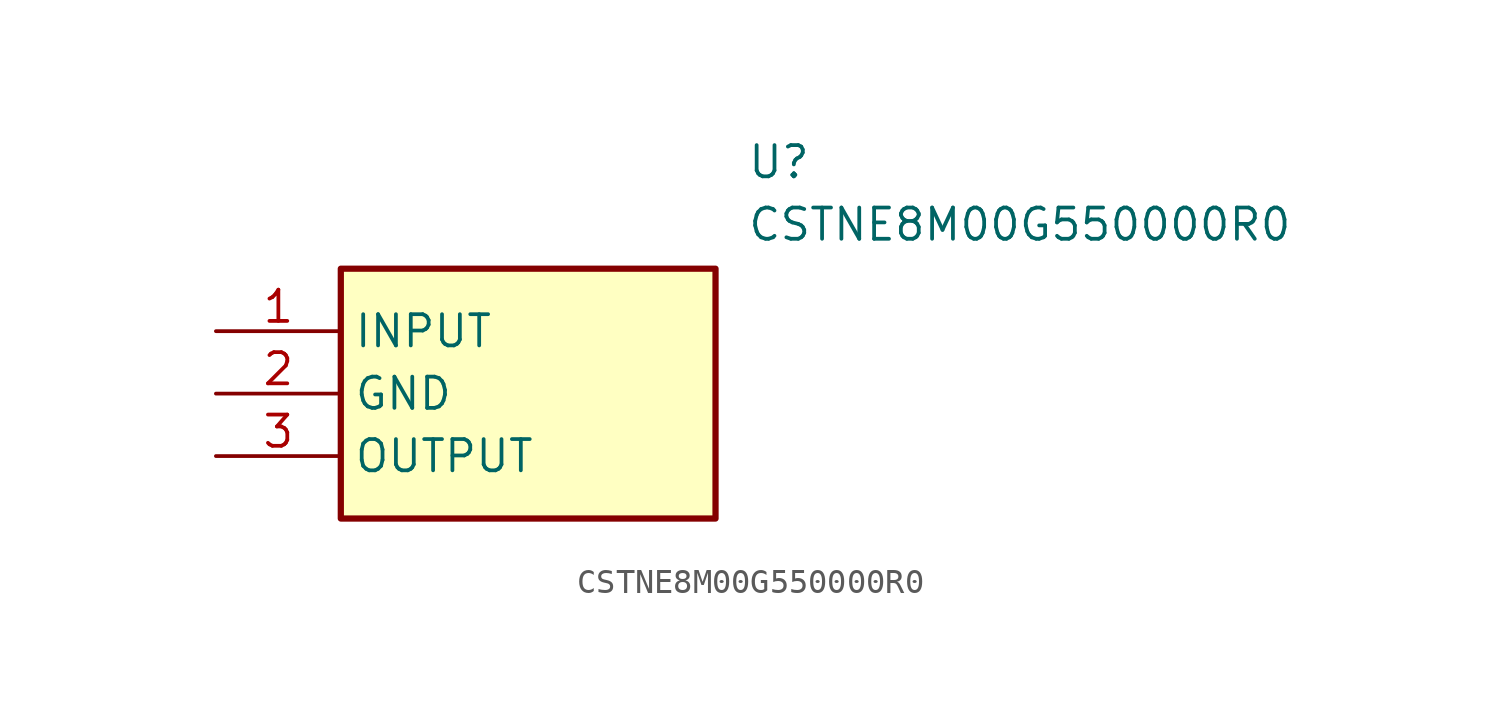
<source format=kicad_sym>
(kicad_symbol_lib
  (version 20211014)
  (generator SamacSys_ECAD_Model)
  (symbol "CSTNE8M00G550000R0"
    (property "Reference" "U"
      (at 21.59 7.62 0)
      (effects (font (size 1.27 1.27)) (justify left top)))
    (property "Value" "CSTNE8M00G550000R0"
      (at 21.59 5.08 0)
      (effects (font (size 1.27 1.27)) (justify left top)))
    (rectangle
      (start 5.08 2.54)
      (end 20.32 -7.62)
      (stroke (width 0.254) (type default))
      (fill (type background)))
    (pin passive line
      (at 0 0 0)
      (length 5.08)
      (name "INPUT" (effects (font (size 1.27 1.27))))
      (number "1" (effects (font (size 1.27 1.27)))))
    (pin passive line
      (at 0 -2.54 0)
      (length 5.08)
      (name "GND" (effects (font (size 1.27 1.27))))
      (number "2" (effects (font (size 1.27 1.27)))))
    (pin passive line
      (at 0 -5.08 0)
      (length 5.08)
      (name "OUTPUT" (effects (font (size 1.27 1.27))))
      (number "3" (effects (font (size 1.27 1.27)))))))
</source>
